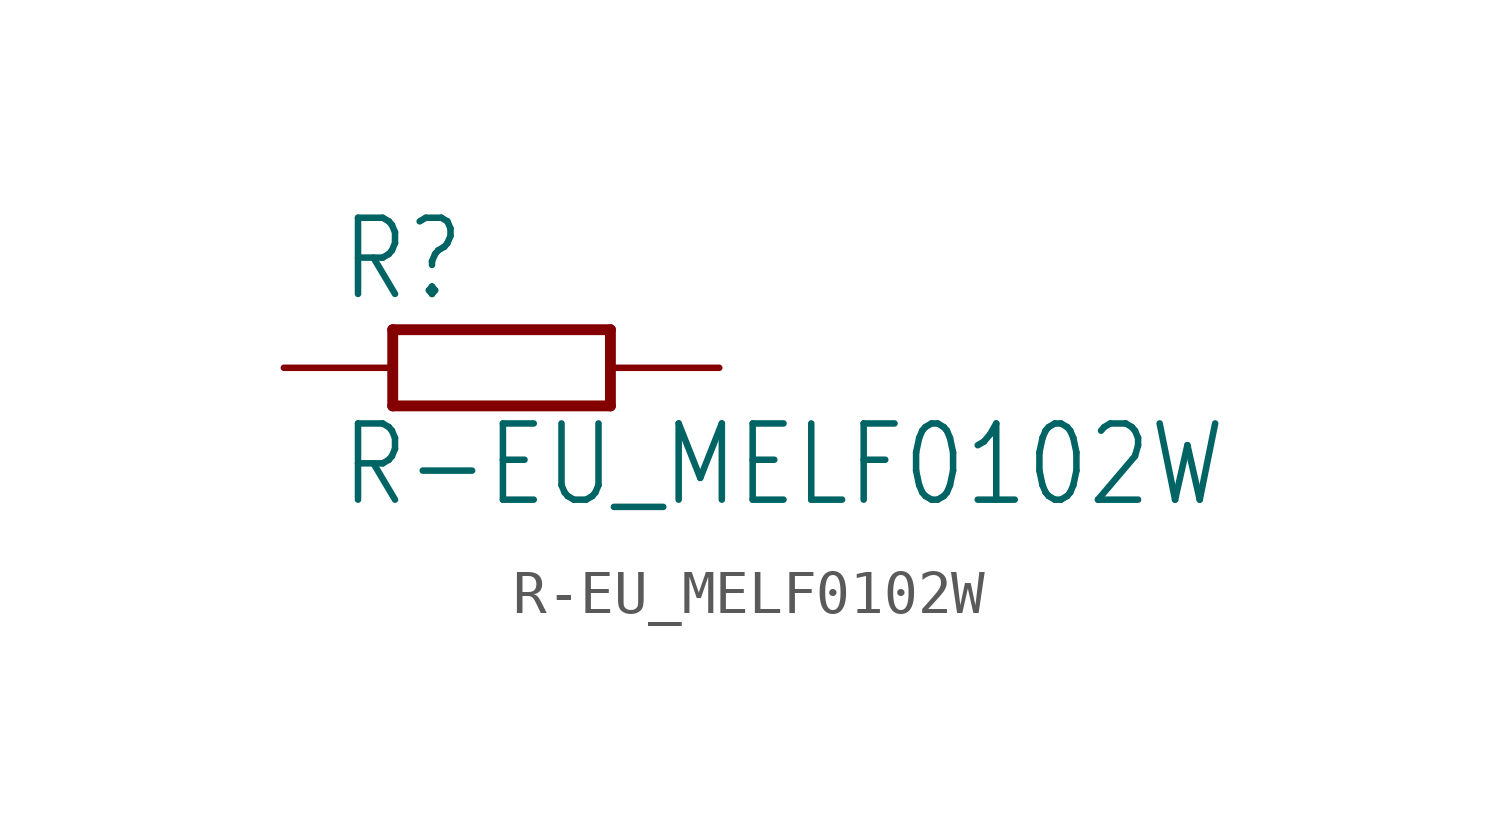
<source format=kicad_sym>
(kicad_symbol_lib
  (version 20220331)
  (generator kicad_symbol_editor)
  (symbol "R-EU_MELF0102W"
    (property "Reference" "R"
      (at -3.81 1.499 0)
      (effects (font (size 1.778 1.511)) (justify left bottom)))
    (property "Value" "R-EU_MELF0102W"
      (at -3.81 -3.302 0)
      (effects (font (size 1.778 1.511)) (justify left bottom)))
    (property "ki_locked" ""
      (at 0 0 0)
      (effects (font (size 1.27 1.27))))
    (symbol "R-EU_MELF0102W_1_0"
      (polyline (pts (xy -2.54 -0.889) (xy -2.54 0.889)) (stroke (width 0.254) (type solid)) (fill (type none)))
      (polyline (pts (xy -2.54 -0.889) (xy 2.54 -0.889)) (stroke (width 0.254) (type solid)) (fill (type none)))
      (polyline (pts (xy 2.54 -0.889) (xy 2.54 0.889)) (stroke (width 0.254) (type solid)) (fill (type none)))
      (polyline (pts (xy 2.54 0.889) (xy -2.54 0.889)) (stroke (width 0.254) (type solid)) (fill (type none)))
      (pin passive line (at -5.08 0 0) (length 2.54) (name "1" (effects (font (size 0 0)))) (number "1" (effects (font (size 0 0)))))
      (pin passive line (at 5.08 0 180) (length 2.54) (name "2" (effects (font (size 0 0)))) (number "2" (effects (font (size 0 0))))))))
</source>
